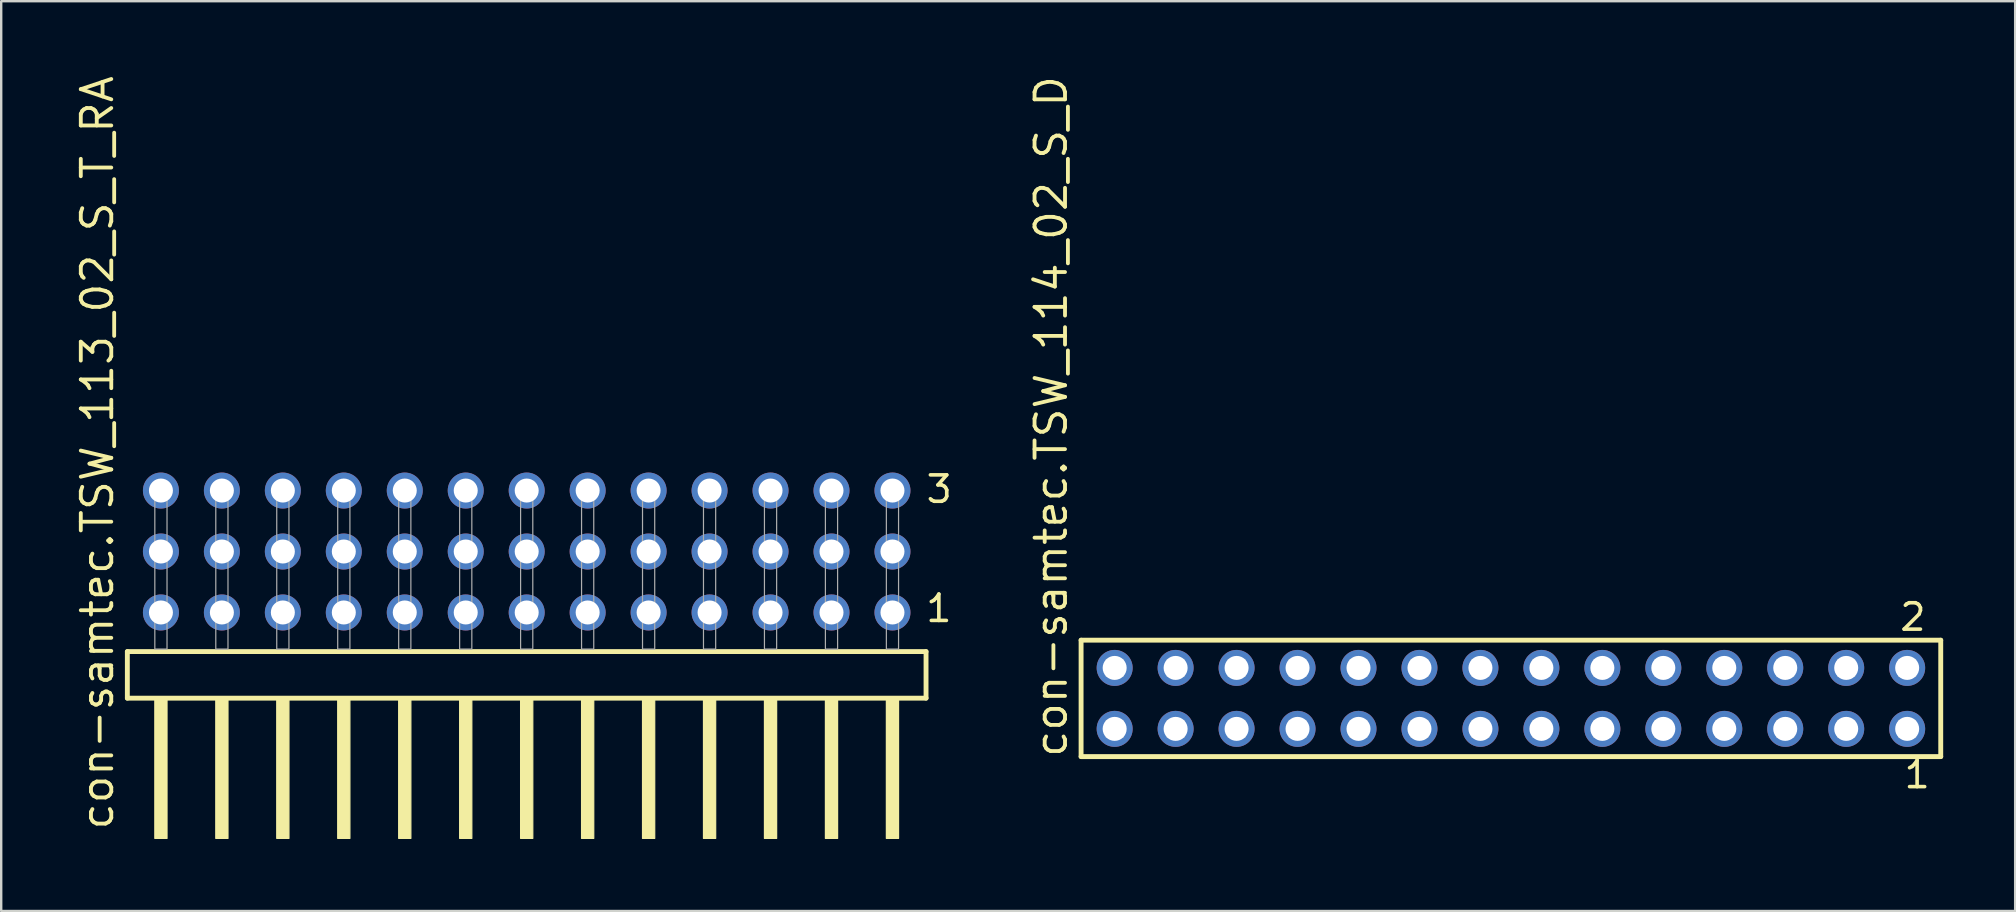
<source format=kicad_pcb>
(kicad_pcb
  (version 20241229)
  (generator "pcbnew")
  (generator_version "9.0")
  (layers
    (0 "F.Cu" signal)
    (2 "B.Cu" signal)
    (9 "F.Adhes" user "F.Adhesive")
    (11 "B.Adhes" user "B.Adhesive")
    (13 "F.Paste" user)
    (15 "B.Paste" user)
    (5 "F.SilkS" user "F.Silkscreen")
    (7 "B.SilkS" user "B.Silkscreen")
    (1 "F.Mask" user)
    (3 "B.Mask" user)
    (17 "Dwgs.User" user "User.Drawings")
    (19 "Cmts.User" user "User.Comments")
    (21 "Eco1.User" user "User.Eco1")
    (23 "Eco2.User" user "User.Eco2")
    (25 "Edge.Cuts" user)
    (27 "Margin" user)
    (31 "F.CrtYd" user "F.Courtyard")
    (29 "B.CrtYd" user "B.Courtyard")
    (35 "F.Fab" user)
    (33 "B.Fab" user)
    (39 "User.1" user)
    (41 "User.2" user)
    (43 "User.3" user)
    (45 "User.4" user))
  (footprint "con-samtec.TSW_113_02_S_T_RA"
    (layer "F.Cu")
    (at 18.895 23.993)
    (property "Reference" "con-samtec.TSW_113_02_S_T_RA" (at -17.145 7.62 90) (layer "F.SilkS") (effects (font (size 1.27 1.27) (thickness 0.16)) (justify left bottom)))
    (attr through_hole)
    (fp_line (start -16.639 0.106) (end -16.639 2.046) (stroke (width 0.203) (type default)) (layer "F.SilkS"))
    (fp_line (start -16.639 2.046) (end 16.639 2.046) (stroke (width 0.203) (type default)) (layer "F.SilkS"))
    (fp_line (start 16.639 0.106) (end -16.639 0.106) (stroke (width 0.203) (type default)) (layer "F.SilkS"))
    (fp_line (start 16.639 2.046) (end 16.639 0.106) (stroke (width 0.203) (type default)) (layer "F.SilkS"))
    (fp_rect (start -15.494 7.89) (end -14.986 2.04) (stroke (width 0.05) (type default)) (fill yes) (layer "F.SilkS"))
    (fp_rect (start -12.954 7.89) (end -12.446 2.04) (stroke (width 0.05) (type default)) (fill yes) (layer "F.SilkS"))
    (fp_rect (start -10.414 7.89) (end -9.906 2.04) (stroke (width 0.05) (type default)) (fill yes) (layer "F.SilkS"))
    (fp_rect (start -7.874 7.89) (end -7.366 2.04) (stroke (width 0.05) (type default)) (fill yes) (layer "F.SilkS"))
    (fp_rect (start -5.334 7.89) (end -4.826 2.04) (stroke (width 0.05) (type default)) (fill yes) (layer "F.SilkS"))
    (fp_rect (start -2.794 7.89) (end -2.286 2.04) (stroke (width 0.05) (type default)) (fill yes) (layer "F.SilkS"))
    (fp_rect (start -0.254 7.89) (end 0.254 2.04) (stroke (width 0.05) (type default)) (fill yes) (layer "F.SilkS"))
    (fp_rect (start 2.286 7.89) (end 2.794 2.04) (stroke (width 0.05) (type default)) (fill yes) (layer "F.SilkS"))
    (fp_rect (start 4.826 7.89) (end 5.334 2.04) (stroke (width 0.05) (type default)) (fill yes) (layer "F.SilkS"))
    (fp_rect (start 7.366 7.89) (end 7.874 2.04) (stroke (width 0.05) (type default)) (fill yes) (layer "F.SilkS"))
    (fp_rect (start 9.906 7.89) (end 10.414 2.04) (stroke (width 0.05) (type default)) (fill yes) (layer "F.SilkS"))
    (fp_rect (start 12.446 7.89) (end 12.954 2.04) (stroke (width 0.05) (type default)) (fill yes) (layer "F.SilkS"))
    (fp_rect (start 14.986 7.89) (end 15.494 2.04) (stroke (width 0.05) (type default)) (fill yes) (layer "F.SilkS"))
    (fp_rect (start -15.494 0) (end -14.986 -6.858) (stroke (width 0.05) (type default)) (fill no) (layer "F.Fab"))
    (fp_rect (start -12.954 0) (end -12.446 -6.858) (stroke (width 0.05) (type default)) (fill no) (layer "F.Fab"))
    (fp_rect (start -10.414 0) (end -9.906 -6.858) (stroke (width 0.05) (type default)) (fill no) (layer "F.Fab"))
    (fp_rect (start -7.874 0) (end -7.366 -6.858) (stroke (width 0.05) (type default)) (fill no) (layer "F.Fab"))
    (fp_rect (start -5.334 0) (end -4.826 -6.858) (stroke (width 0.05) (type default)) (fill no) (layer "F.Fab"))
    (fp_rect (start -2.794 0) (end -2.286 -6.858) (stroke (width 0.05) (type default)) (fill no) (layer "F.Fab"))
    (fp_rect (start -0.254 0) (end 0.254 -6.858) (stroke (width 0.05) (type default)) (fill no) (layer "F.Fab"))
    (fp_rect (start 2.286 0) (end 2.794 -6.858) (stroke (width 0.05) (type default)) (fill no) (layer "F.Fab"))
    (fp_rect (start 4.826 0) (end 5.334 -6.858) (stroke (width 0.05) (type default)) (fill no) (layer "F.Fab"))
    (fp_rect (start 7.366 0) (end 7.874 -6.858) (stroke (width 0.05) (type default)) (fill no) (layer "F.Fab"))
    (fp_rect (start 9.906 0) (end 10.414 -6.858) (stroke (width 0.05) (type default)) (fill no) (layer "F.Fab"))
    (fp_rect (start 12.446 0) (end 12.954 -6.858) (stroke (width 0.05) (type default)) (fill no) (layer "F.Fab"))
    (fp_rect (start 14.986 0) (end 15.494 -6.858) (stroke (width 0.05) (type default)) (fill no) (layer "F.Fab"))
    (fp_text user "1" (at 16.55 -1.05 0) (layer "F.SilkS") (effects (font (size 1.1 1.1) (thickness 0.15)) (justify left bottom)))
    (fp_text user "3" (at 16.565 -6.015 0) (layer "F.SilkS") (effects (font (size 1.1 1.1) (thickness 0.15)) (justify left bottom)))
    (pad "1" thru_hole circle (at 15.24 -1.524 180) (size 1.5 1.5) (drill 1) (layers "*.Cu" "*.Mask"))
    (pad "2" thru_hole circle (at 15.24 -4.064 180) (size 1.5 1.5) (drill 1) (layers "*.Cu" "*.Mask"))
    (pad "3" thru_hole circle (at 15.24 -6.604 180) (size 1.5 1.5) (drill 1) (layers "*.Cu" "*.Mask"))
    (pad "4" thru_hole circle (at 12.7 -1.524 180) (size 1.5 1.5) (drill 1) (layers "*.Cu" "*.Mask"))
    (pad "5" thru_hole circle (at 12.7 -4.064 180) (size 1.5 1.5) (drill 1) (layers "*.Cu" "*.Mask"))
    (pad "6" thru_hole circle (at 12.7 -6.604 180) (size 1.5 1.5) (drill 1) (layers "*.Cu" "*.Mask"))
    (pad "7" thru_hole circle (at 10.16 -1.524 180) (size 1.5 1.5) (drill 1) (layers "*.Cu" "*.Mask"))
    (pad "8" thru_hole circle (at 10.16 -4.064 180) (size 1.5 1.5) (drill 1) (layers "*.Cu" "*.Mask"))
    (pad "9" thru_hole circle (at 10.16 -6.604 180) (size 1.5 1.5) (drill 1) (layers "*.Cu" "*.Mask"))
    (pad "10" thru_hole circle (at 7.62 -1.524 180) (size 1.5 1.5) (drill 1) (layers "*.Cu" "*.Mask"))
    (pad "11" thru_hole circle (at 7.62 -4.064 180) (size 1.5 1.5) (drill 1) (layers "*.Cu" "*.Mask"))
    (pad "12" thru_hole circle (at 7.62 -6.604 180) (size 1.5 1.5) (drill 1) (layers "*.Cu" "*.Mask"))
    (pad "13" thru_hole circle (at 5.08 -1.524 180) (size 1.5 1.5) (drill 1) (layers "*.Cu" "*.Mask"))
    (pad "14" thru_hole circle (at 5.08 -4.064 180) (size 1.5 1.5) (drill 1) (layers "*.Cu" "*.Mask"))
    (pad "15" thru_hole circle (at 5.08 -6.604 180) (size 1.5 1.5) (drill 1) (layers "*.Cu" "*.Mask"))
    (pad "16" thru_hole circle (at 2.54 -1.524 180) (size 1.5 1.5) (drill 1) (layers "*.Cu" "*.Mask"))
    (pad "17" thru_hole circle (at 2.54 -4.064 180) (size 1.5 1.5) (drill 1) (layers "*.Cu" "*.Mask"))
    (pad "18" thru_hole circle (at 2.54 -6.604 180) (size 1.5 1.5) (drill 1) (layers "*.Cu" "*.Mask"))
    (pad "19" thru_hole circle (at 0 -1.524 180) (size 1.5 1.5) (drill 1) (layers "*.Cu" "*.Mask"))
    (pad "20" thru_hole circle (at 0 -4.064 180) (size 1.5 1.5) (drill 1) (layers "*.Cu" "*.Mask"))
    (pad "21" thru_hole circle (at 0 -6.604 180) (size 1.5 1.5) (drill 1) (layers "*.Cu" "*.Mask"))
    (pad "22" thru_hole circle (at -2.54 -1.524 180) (size 1.5 1.5) (drill 1) (layers "*.Cu" "*.Mask"))
    (pad "23" thru_hole circle (at -2.54 -4.064 180) (size 1.5 1.5) (drill 1) (layers "*.Cu" "*.Mask"))
    (pad "24" thru_hole circle (at -2.54 -6.604 180) (size 1.5 1.5) (drill 1) (layers "*.Cu" "*.Mask"))
    (pad "25" thru_hole circle (at -5.08 -1.524 180) (size 1.5 1.5) (drill 1) (layers "*.Cu" "*.Mask"))
    (pad "26" thru_hole circle (at -5.08 -4.064 180) (size 1.5 1.5) (drill 1) (layers "*.Cu" "*.Mask"))
    (pad "27" thru_hole circle (at -5.08 -6.604 180) (size 1.5 1.5) (drill 1) (layers "*.Cu" "*.Mask"))
    (pad "28" thru_hole circle (at -7.62 -1.524 180) (size 1.5 1.5) (drill 1) (layers "*.Cu" "*.Mask"))
    (pad "29" thru_hole circle (at -7.62 -4.064 180) (size 1.5 1.5) (drill 1) (layers "*.Cu" "*.Mask"))
    (pad "30" thru_hole circle (at -7.62 -6.604 180) (size 1.5 1.5) (drill 1) (layers "*.Cu" "*.Mask"))
    (pad "31" thru_hole circle (at -10.16 -1.524 180) (size 1.5 1.5) (drill 1) (layers "*.Cu" "*.Mask"))
    (pad "32" thru_hole circle (at -10.16 -4.064 180) (size 1.5 1.5) (drill 1) (layers "*.Cu" "*.Mask"))
    (pad "33" thru_hole circle (at -10.16 -6.604 180) (size 1.5 1.5) (drill 1) (layers "*.Cu" "*.Mask"))
    (pad "34" thru_hole circle (at -12.7 -1.524 180) (size 1.5 1.5) (drill 1) (layers "*.Cu" "*.Mask"))
    (pad "35" thru_hole circle (at -12.7 -4.064 180) (size 1.5 1.5) (drill 1) (layers "*.Cu" "*.Mask"))
    (pad "36" thru_hole circle (at -12.7 -6.604 180) (size 1.5 1.5) (drill 1) (layers "*.Cu" "*.Mask"))
    (pad "37" thru_hole circle (at -15.24 -1.524 180) (size 1.5 1.5) (drill 1) (layers "*.Cu" "*.Mask"))
    (pad "38" thru_hole circle (at -15.24 -4.064 180) (size 1.5 1.5) (drill 1) (layers "*.Cu" "*.Mask"))
    (pad "39" thru_hole circle (at -15.24 -6.604 180) (size 1.5 1.5) (drill 1) (layers "*.Cu" "*.Mask")))
  (footprint "con-samtec.TSW_114_02_S_D"
    (layer "F.Cu")
    (at 59.903 26.049)
    (property "Reference" "con-samtec.TSW_114_02_S_D" (at -18.415 2.54 90) (layer "F.SilkS") (effects (font (size 1.27 1.27) (thickness 0.16)) (justify left bottom)))
    (attr through_hole)
    (fp_line (start -17.909 -2.425) (end 17.909 -2.425) (stroke (width 0.203) (type default)) (layer "F.SilkS"))
    (fp_line (start -17.909 2.425) (end -17.909 -2.425) (stroke (width 0.203) (type default)) (layer "F.SilkS"))
    (fp_line (start 17.909 -2.425) (end 17.909 2.425) (stroke (width 0.203) (type default)) (layer "F.SilkS"))
    (fp_line (start 17.909 2.425) (end -17.909 2.425) (stroke (width 0.203) (type default)) (layer "F.SilkS"))
    (fp_rect (start -16.86 -0.92) (end -16.16 -1.62) (stroke (width 0.05) (type default)) (fill no) (layer "F.Fab"))
    (fp_rect (start -16.86 1.62) (end -16.16 0.92) (stroke (width 0.05) (type default)) (fill no) (layer "F.Fab"))
    (fp_rect (start -14.32 -0.92) (end -13.62 -1.62) (stroke (width 0.05) (type default)) (fill no) (layer "F.Fab"))
    (fp_rect (start -14.32 1.62) (end -13.62 0.92) (stroke (width 0.05) (type default)) (fill no) (layer "F.Fab"))
    (fp_rect (start -11.78 -0.92) (end -11.08 -1.62) (stroke (width 0.05) (type default)) (fill no) (layer "F.Fab"))
    (fp_rect (start -11.78 1.62) (end -11.08 0.92) (stroke (width 0.05) (type default)) (fill no) (layer "F.Fab"))
    (fp_rect (start -9.24 -0.92) (end -8.54 -1.62) (stroke (width 0.05) (type default)) (fill no) (layer "F.Fab"))
    (fp_rect (start -9.24 1.62) (end -8.54 0.92) (stroke (width 0.05) (type default)) (fill no) (layer "F.Fab"))
    (fp_rect (start -6.7 -0.92) (end -6 -1.62) (stroke (width 0.05) (type default)) (fill no) (layer "F.Fab"))
    (fp_rect (start -6.7 1.62) (end -6 0.92) (stroke (width 0.05) (type default)) (fill no) (layer "F.Fab"))
    (fp_rect (start -4.16 -0.92) (end -3.46 -1.62) (stroke (width 0.05) (type default)) (fill no) (layer "F.Fab"))
    (fp_rect (start -4.16 1.62) (end -3.46 0.92) (stroke (width 0.05) (type default)) (fill no) (layer "F.Fab"))
    (fp_rect (start -1.62 -0.92) (end -0.92 -1.62) (stroke (width 0.05) (type default)) (fill no) (layer "F.Fab"))
    (fp_rect (start -1.62 1.62) (end -0.92 0.92) (stroke (width 0.05) (type default)) (fill no) (layer "F.Fab"))
    (fp_rect (start 0.92 -0.92) (end 1.62 -1.62) (stroke (width 0.05) (type default)) (fill no) (layer "F.Fab"))
    (fp_rect (start 0.92 1.62) (end 1.62 0.92) (stroke (width 0.05) (type default)) (fill no) (layer "F.Fab"))
    (fp_rect (start 3.46 -0.92) (end 4.16 -1.62) (stroke (width 0.05) (type default)) (fill no) (layer "F.Fab"))
    (fp_rect (start 3.46 1.62) (end 4.16 0.92) (stroke (width 0.05) (type default)) (fill no) (layer "F.Fab"))
    (fp_rect (start 6 -0.92) (end 6.7 -1.62) (stroke (width 0.05) (type default)) (fill no) (layer "F.Fab"))
    (fp_rect (start 6 1.62) (end 6.7 0.92) (stroke (width 0.05) (type default)) (fill no) (layer "F.Fab"))
    (fp_rect (start 8.54 -0.92) (end 9.24 -1.62) (stroke (width 0.05) (type default)) (fill no) (layer "F.Fab"))
    (fp_rect (start 8.54 1.62) (end 9.24 0.92) (stroke (width 0.05) (type default)) (fill no) (layer "F.Fab"))
    (fp_rect (start 11.08 -0.92) (end 11.78 -1.62) (stroke (width 0.05) (type default)) (fill no) (layer "F.Fab"))
    (fp_rect (start 11.08 1.62) (end 11.78 0.92) (stroke (width 0.05) (type default)) (fill no) (layer "F.Fab"))
    (fp_rect (start 13.62 -0.92) (end 14.32 -1.62) (stroke (width 0.05) (type default)) (fill no) (layer "F.Fab"))
    (fp_rect (start 13.62 1.62) (end 14.32 0.92) (stroke (width 0.05) (type default)) (fill no) (layer "F.Fab"))
    (fp_rect (start 16.16 -0.92) (end 16.86 -1.62) (stroke (width 0.05) (type default)) (fill no) (layer "F.Fab"))
    (fp_rect (start 16.16 1.62) (end 16.86 0.92) (stroke (width 0.05) (type default)) (fill no) (layer "F.Fab"))
    (fp_text user "1" (at 16.302 3.818 0) (layer "F.SilkS") (effects (font (size 1.1 1.1) (thickness 0.15)) (justify left bottom)))
    (fp_text user "2" (at 16.127 -2.744 0) (layer "F.SilkS") (effects (font (size 1.1 1.1) (thickness 0.15)) (justify left bottom)))
    (pad "1" thru_hole circle (at 16.51 1.27 180) (size 1.5 1.5) (drill 1) (layers "*.Cu" "*.Mask"))
    (pad "2" thru_hole circle (at 16.51 -1.27 180) (size 1.5 1.5) (drill 1) (layers "*.Cu" "*.Mask"))
    (pad "3" thru_hole circle (at 13.97 1.27 180) (size 1.5 1.5) (drill 1) (layers "*.Cu" "*.Mask"))
    (pad "4" thru_hole circle (at 13.97 -1.27 180) (size 1.5 1.5) (drill 1) (layers "*.Cu" "*.Mask"))
    (pad "5" thru_hole circle (at 11.43 1.27 180) (size 1.5 1.5) (drill 1) (layers "*.Cu" "*.Mask"))
    (pad "6" thru_hole circle (at 11.43 -1.27 180) (size 1.5 1.5) (drill 1) (layers "*.Cu" "*.Mask"))
    (pad "7" thru_hole circle (at 8.89 1.27 180) (size 1.5 1.5) (drill 1) (layers "*.Cu" "*.Mask"))
    (pad "8" thru_hole circle (at 8.89 -1.27 180) (size 1.5 1.5) (drill 1) (layers "*.Cu" "*.Mask"))
    (pad "9" thru_hole circle (at 6.35 1.27 180) (size 1.5 1.5) (drill 1) (layers "*.Cu" "*.Mask"))
    (pad "10" thru_hole circle (at 6.35 -1.27 180) (size 1.5 1.5) (drill 1) (layers "*.Cu" "*.Mask"))
    (pad "11" thru_hole circle (at 3.81 1.27 180) (size 1.5 1.5) (drill 1) (layers "*.Cu" "*.Mask"))
    (pad "12" thru_hole circle (at 3.81 -1.27 180) (size 1.5 1.5) (drill 1) (layers "*.Cu" "*.Mask"))
    (pad "13" thru_hole circle (at 1.27 1.27 180) (size 1.5 1.5) (drill 1) (layers "*.Cu" "*.Mask"))
    (pad "14" thru_hole circle (at 1.27 -1.27 180) (size 1.5 1.5) (drill 1) (layers "*.Cu" "*.Mask"))
    (pad "15" thru_hole circle (at -1.27 1.27 180) (size 1.5 1.5) (drill 1) (layers "*.Cu" "*.Mask"))
    (pad "16" thru_hole circle (at -1.27 -1.27 180) (size 1.5 1.5) (drill 1) (layers "*.Cu" "*.Mask"))
    (pad "17" thru_hole circle (at -3.81 1.27 180) (size 1.5 1.5) (drill 1) (layers "*.Cu" "*.Mask"))
    (pad "18" thru_hole circle (at -3.81 -1.27 180) (size 1.5 1.5) (drill 1) (layers "*.Cu" "*.Mask"))
    (pad "19" thru_hole circle (at -6.35 1.27 180) (size 1.5 1.5) (drill 1) (layers "*.Cu" "*.Mask"))
    (pad "20" thru_hole circle (at -6.35 -1.27 180) (size 1.5 1.5) (drill 1) (layers "*.Cu" "*.Mask"))
    (pad "21" thru_hole circle (at -8.89 1.27 180) (size 1.5 1.5) (drill 1) (layers "*.Cu" "*.Mask"))
    (pad "22" thru_hole circle (at -8.89 -1.27 180) (size 1.5 1.5) (drill 1) (layers "*.Cu" "*.Mask"))
    (pad "23" thru_hole circle (at -11.43 1.27 180) (size 1.5 1.5) (drill 1) (layers "*.Cu" "*.Mask"))
    (pad "24" thru_hole circle (at -11.43 -1.27 180) (size 1.5 1.5) (drill 1) (layers "*.Cu" "*.Mask"))
    (pad "25" thru_hole circle (at -13.97 1.27 180) (size 1.5 1.5) (drill 1) (layers "*.Cu" "*.Mask"))
    (pad "26" thru_hole circle (at -13.97 -1.27 180) (size 1.5 1.5) (drill 1) (layers "*.Cu" "*.Mask"))
    (pad "27" thru_hole circle (at -16.51 1.27 180) (size 1.5 1.5) (drill 1) (layers "*.Cu" "*.Mask"))
    (pad "28" thru_hole circle (at -16.51 -1.27 180) (size 1.5 1.5) (drill 1) (layers "*.Cu" "*.Mask")))
  (gr_rect
    (start -3 -3)
    (end 80.913 34.908)
    (stroke (width 0.1) (type default))
    (fill no)
    (layer "Edge.Cuts")))
</source>
